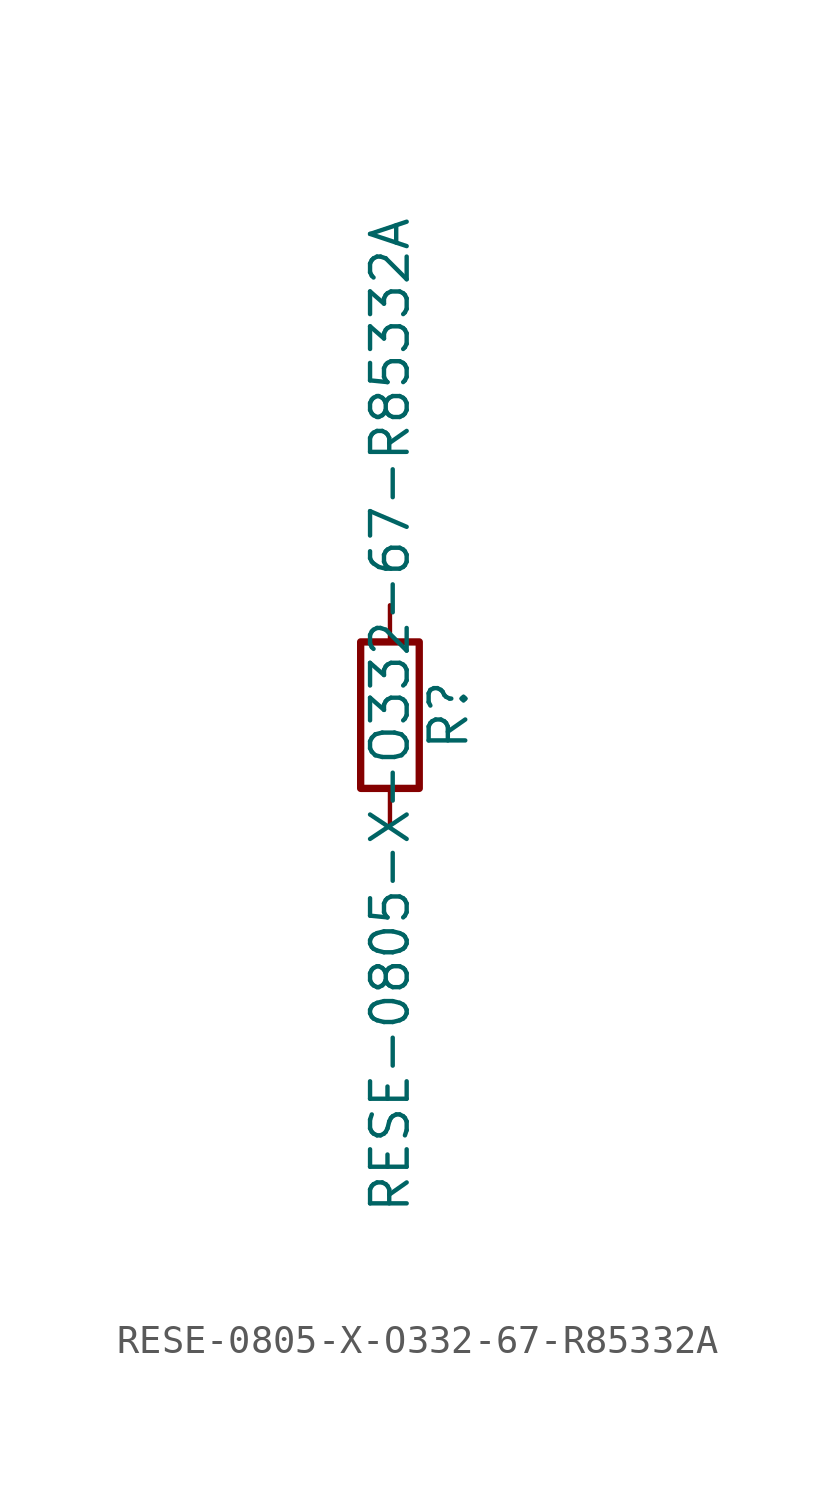
<source format=kicad_sym>
(kicad_symbol_lib
  (version 20211014)
  (generator kicad_symbol_editor)
  (symbol "RESE-0805-X-O332-67-R85332A"
    (pin_numbers hide)
    (pin_names
      (offset 0))
    (property "Reference" "R"
      (at 2.032 0 90)
      (effects (font (size 1.27 1.27))))
    (property "Value" "RESE-0805-X-O332-67-R85332A"
      (at 0 0 90)
      (effects (font (size 1.27 1.27))))
    (symbol "RESE-0805-X-O332-67-R85332A_0_1"
      (rectangle (start -1.016 -2.54) (end 1.016 2.54) (stroke (width 0.254) (type default) (color 0 0 0 0)) (fill (type none))))
    (symbol "RESE-0805-X-O332-67-R85332A_1_1"
      (pin passive line (at 0 3.81 270) (length 1.27) (name "~" (effects (font (size 1.27 1.27)))) (number "1" (effects (font (size 1.27 1.27)))))
      (pin passive line (at 0 -3.81 90) (length 1.27) (name "~" (effects (font (size 1.27 1.27)))) (number "2" (effects (font (size 1.27 1.27))))))))
</source>
